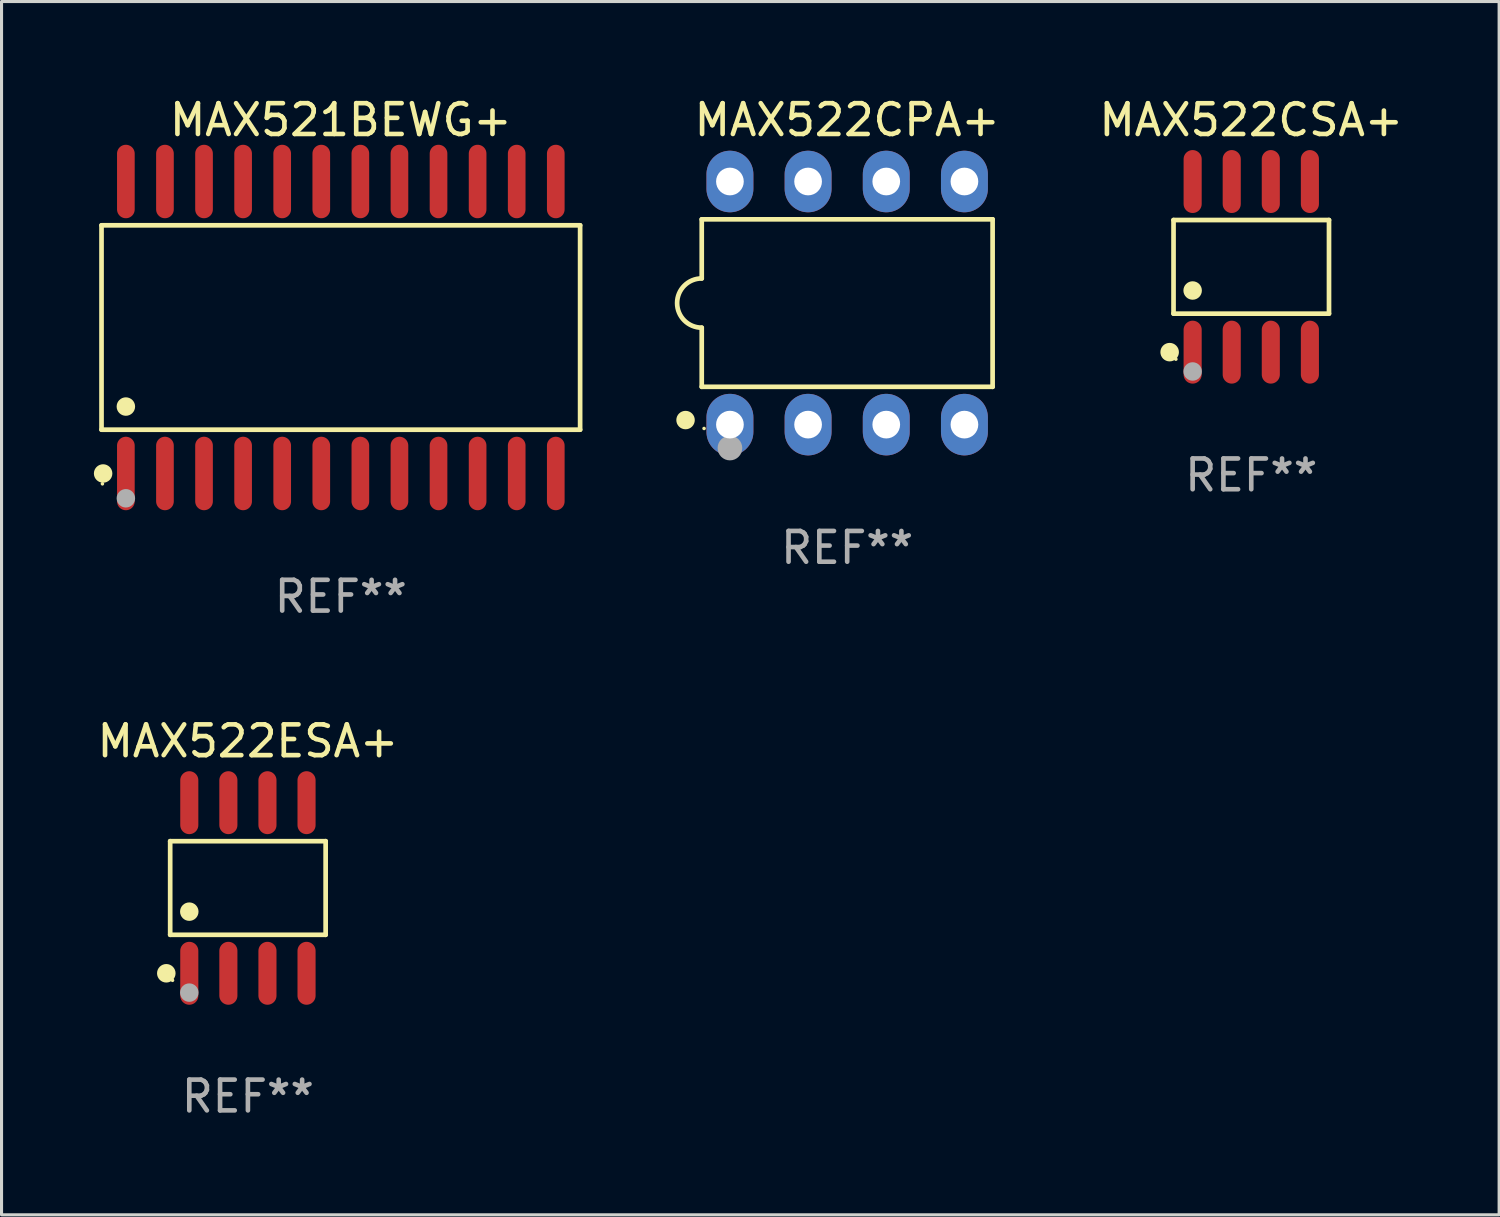
<source format=kicad_pcb>
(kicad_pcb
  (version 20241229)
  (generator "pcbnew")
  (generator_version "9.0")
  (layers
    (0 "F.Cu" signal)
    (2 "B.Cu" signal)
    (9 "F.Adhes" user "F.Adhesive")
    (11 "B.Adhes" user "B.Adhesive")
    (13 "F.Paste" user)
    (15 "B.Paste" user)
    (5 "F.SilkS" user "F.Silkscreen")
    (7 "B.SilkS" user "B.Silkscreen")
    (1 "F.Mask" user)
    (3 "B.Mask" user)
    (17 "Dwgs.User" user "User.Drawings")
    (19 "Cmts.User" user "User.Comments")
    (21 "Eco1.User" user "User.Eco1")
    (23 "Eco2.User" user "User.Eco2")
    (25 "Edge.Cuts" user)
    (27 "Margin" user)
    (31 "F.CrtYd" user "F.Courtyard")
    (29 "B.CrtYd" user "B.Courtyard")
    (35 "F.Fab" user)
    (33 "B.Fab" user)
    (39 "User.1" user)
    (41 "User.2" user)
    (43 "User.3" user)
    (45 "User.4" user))
  (footprint "MAX521BEWG+"
    (layer "F.Cu")
    (at 8.025 7.592)
    (property "Reference" "MAX521BEWG+" (at 0 -6.744 0) (layer "F.SilkS") (effects (font (size 1 1) (thickness 0.15))))
    (attr through_hole)
    (fp_line (start -7.776 -3.321) (end 7.776 -3.321) (stroke (width 0.152) (type solid)) (layer "F.SilkS"))
    (fp_line (start -7.776 3.321) (end -7.776 -3.321) (stroke (width 0.152) (type solid)) (layer "F.SilkS"))
    (fp_line (start 7.776 -3.321) (end 7.776 3.321) (stroke (width 0.152) (type solid)) (layer "F.SilkS"))
    (fp_line (start 7.776 3.321) (end -7.776 3.321) (stroke (width 0.152) (type solid)) (layer "F.SilkS"))
    (fp_circle (center -7.747 5.08) (end -7.717 5.08) (stroke (width 0.06) (type solid)) (fill no) (layer "F.SilkS"))
    (fp_circle (center -7.724 4.744) (end -7.574 4.744) (stroke (width 0.3) (type solid)) (fill no) (layer "F.SilkS"))
    (fp_circle (center -6.985 2.569) (end -6.835 2.569) (stroke (width 0.3) (type solid)) (fill no) (layer "F.SilkS"))
    (fp_circle (center -6.985 5.55) (end -6.835 5.55) (stroke (width 0.3) (type solid)) (fill no) (layer "F.Fab"))
    (fp_text user "REF**" (at 0 8.744 0) (layer "F.Fab") (effects (font (size 1 1) (thickness 0.15))))
    (pad "1" smd oval (at -6.985 4.744) (size 0.574 2.388) (layers "F.Cu" "F.Mask" "F.Paste"))
    (pad "2" smd oval (at -5.715 4.744) (size 0.574 2.388) (layers "F.Cu" "F.Mask" "F.Paste"))
    (pad "3" smd oval (at -4.445 4.744) (size 0.574 2.388) (layers "F.Cu" "F.Mask" "F.Paste"))
    (pad "4" smd oval (at -3.175 4.744) (size 0.574 2.388) (layers "F.Cu" "F.Mask" "F.Paste"))
    (pad "5" smd oval (at -1.905 4.744) (size 0.574 2.388) (layers "F.Cu" "F.Mask" "F.Paste"))
    (pad "6" smd oval (at -0.635 4.744) (size 0.574 2.388) (layers "F.Cu" "F.Mask" "F.Paste"))
    (pad "7" smd oval (at 0.635 4.744) (size 0.574 2.388) (layers "F.Cu" "F.Mask" "F.Paste"))
    (pad "8" smd oval (at 1.905 4.744) (size 0.574 2.388) (layers "F.Cu" "F.Mask" "F.Paste"))
    (pad "9" smd oval (at 3.175 4.744) (size 0.574 2.388) (layers "F.Cu" "F.Mask" "F.Paste"))
    (pad "10" smd oval (at 4.445 4.744) (size 0.574 2.388) (layers "F.Cu" "F.Mask" "F.Paste"))
    (pad "11" smd oval (at 5.715 4.744) (size 0.574 2.388) (layers "F.Cu" "F.Mask" "F.Paste"))
    (pad "12" smd oval (at 6.985 4.744) (size 0.574 2.388) (layers "F.Cu" "F.Mask" "F.Paste"))
    (pad "13" smd oval (at 6.985 -4.744) (size 0.574 2.388) (layers "F.Cu" "F.Mask" "F.Paste"))
    (pad "14" smd oval (at 5.715 -4.744) (size 0.574 2.388) (layers "F.Cu" "F.Mask" "F.Paste"))
    (pad "15" smd oval (at 4.445 -4.744) (size 0.574 2.388) (layers "F.Cu" "F.Mask" "F.Paste"))
    (pad "16" smd oval (at 3.175 -4.744) (size 0.574 2.388) (layers "F.Cu" "F.Mask" "F.Paste"))
    (pad "17" smd oval (at 1.905 -4.744) (size 0.574 2.388) (layers "F.Cu" "F.Mask" "F.Paste"))
    (pad "18" smd oval (at 0.635 -4.744) (size 0.574 2.388) (layers "F.Cu" "F.Mask" "F.Paste"))
    (pad "19" smd oval (at -0.635 -4.744) (size 0.574 2.388) (layers "F.Cu" "F.Mask" "F.Paste"))
    (pad "20" smd oval (at -1.905 -4.744) (size 0.574 2.388) (layers "F.Cu" "F.Mask" "F.Paste"))
    (pad "21" smd oval (at -3.175 -4.744) (size 0.574 2.388) (layers "F.Cu" "F.Mask" "F.Paste"))
    (pad "22" smd oval (at -4.445 -4.744) (size 0.574 2.388) (layers "F.Cu" "F.Mask" "F.Paste"))
    (pad "23" smd oval (at -5.715 -4.744) (size 0.574 2.388) (layers "F.Cu" "F.Mask" "F.Paste"))
    (pad "24" smd oval (at -6.985 -4.744) (size 0.574 2.388) (layers "F.Cu" "F.Mask" "F.Paste")))
  (footprint "MAX522CSA+"
    (layer "F.Cu")
    (at 37.61 5.621)
    (property "Reference" "MAX522CSA+" (at 0 -4.772 0) (layer "F.SilkS") (effects (font (size 1 1) (thickness 0.15))))
    (attr through_hole)
    (fp_line (start -2.526 -1.521) (end 2.526 -1.521) (stroke (width 0.152) (type solid)) (layer "F.SilkS"))
    (fp_line (start -2.526 1.521) (end -2.526 -1.521) (stroke (width 0.152) (type solid)) (layer "F.SilkS"))
    (fp_line (start 2.526 -1.521) (end 2.526 1.521) (stroke (width 0.152) (type solid)) (layer "F.SilkS"))
    (fp_line (start 2.526 1.521) (end -2.526 1.521) (stroke (width 0.152) (type solid)) (layer "F.SilkS"))
    (fp_circle (center -2.652 2.772) (end -2.501 2.772) (stroke (width 0.3) (type solid)) (fill no) (layer "F.SilkS"))
    (fp_circle (center -2.45 3) (end -2.42 3) (stroke (width 0.06) (type solid)) (fill no) (layer "F.SilkS"))
    (fp_circle (center -1.905 0.769) (end -1.755 0.769) (stroke (width 0.3) (type solid)) (fill no) (layer "F.SilkS"))
    (fp_circle (center -1.905 3.4) (end -1.755 3.4) (stroke (width 0.3) (type solid)) (fill no) (layer "F.Fab"))
    (fp_text user "REF**" (at 0 6.772 0) (layer "F.Fab") (effects (font (size 1 1) (thickness 0.15))))
    (pad "1" smd oval (at -1.905 2.772) (size 0.588 2.045) (layers "F.Cu" "F.Mask" "F.Paste"))
    (pad "2" smd oval (at -0.635 2.772) (size 0.588 2.045) (layers "F.Cu" "F.Mask" "F.Paste"))
    (pad "3" smd oval (at 0.635 2.772) (size 0.588 2.045) (layers "F.Cu" "F.Mask" "F.Paste"))
    (pad "4" smd oval (at 1.905 2.772) (size 0.588 2.045) (layers "F.Cu" "F.Mask" "F.Paste"))
    (pad "5" smd oval (at 1.905 -2.772) (size 0.588 2.045) (layers "F.Cu" "F.Mask" "F.Paste"))
    (pad "6" smd oval (at 0.635 -2.772) (size 0.588 2.045) (layers "F.Cu" "F.Mask" "F.Paste"))
    (pad "7" smd oval (at -0.635 -2.772) (size 0.588 2.045) (layers "F.Cu" "F.Mask" "F.Paste"))
    (pad "8" smd oval (at -1.905 -2.772) (size 0.588 2.045) (layers "F.Cu" "F.Mask" "F.Paste")))
  (footprint "MAX522ESA+"
    (layer "F.Cu")
    (at 5.006 25.805)
    (property "Reference" "MAX522ESA+" (at 0 -4.772 0) (layer "F.SilkS") (effects (font (size 1 1) (thickness 0.15))))
    (attr through_hole)
    (fp_line (start -2.526 -1.521) (end 2.526 -1.521) (stroke (width 0.152) (type solid)) (layer "F.SilkS"))
    (fp_line (start -2.526 1.521) (end -2.526 -1.521) (stroke (width 0.152) (type solid)) (layer "F.SilkS"))
    (fp_line (start 2.526 -1.521) (end 2.526 1.521) (stroke (width 0.152) (type solid)) (layer "F.SilkS"))
    (fp_line (start 2.526 1.521) (end -2.526 1.521) (stroke (width 0.152) (type solid)) (layer "F.SilkS"))
    (fp_circle (center -2.652 2.772) (end -2.501 2.772) (stroke (width 0.3) (type solid)) (fill no) (layer "F.SilkS"))
    (fp_circle (center -2.45 3) (end -2.42 3) (stroke (width 0.06) (type solid)) (fill no) (layer "F.SilkS"))
    (fp_circle (center -1.905 0.769) (end -1.755 0.769) (stroke (width 0.3) (type solid)) (fill no) (layer "F.SilkS"))
    (fp_circle (center -1.905 3.4) (end -1.755 3.4) (stroke (width 0.3) (type solid)) (fill no) (layer "F.Fab"))
    (fp_text user "REF**" (at 0 6.772 0) (layer "F.Fab") (effects (font (size 1 1) (thickness 0.15))))
    (pad "1" smd oval (at -1.905 2.772) (size 0.588 2.045) (layers "F.Cu" "F.Mask" "F.Paste"))
    (pad "2" smd oval (at -0.635 2.772) (size 0.588 2.045) (layers "F.Cu" "F.Mask" "F.Paste"))
    (pad "3" smd oval (at 0.635 2.772) (size 0.588 2.045) (layers "F.Cu" "F.Mask" "F.Paste"))
    (pad "4" smd oval (at 1.905 2.772) (size 0.588 2.045) (layers "F.Cu" "F.Mask" "F.Paste"))
    (pad "5" smd oval (at 1.905 -2.772) (size 0.588 2.045) (layers "F.Cu" "F.Mask" "F.Paste"))
    (pad "6" smd oval (at 0.635 -2.772) (size 0.588 2.045) (layers "F.Cu" "F.Mask" "F.Paste"))
    (pad "7" smd oval (at -0.635 -2.772) (size 0.588 2.045) (layers "F.Cu" "F.Mask" "F.Paste"))
    (pad "8" smd oval (at -1.905 -2.772) (size 0.588 2.045) (layers "F.Cu" "F.Mask" "F.Paste")))
  (footprint "MAX522CPA+"
    (layer "F.Cu")
    (at 24.479 6.798)
    (property "Reference" "MAX522CPA+" (at 0 -5.95 0) (layer "F.SilkS") (effects (font (size 1 1) (thickness 0.15))))
    (attr through_hole)
    (fp_line (start -4.726 -2.721) (end -4.726 -0.8) (stroke (width 0.152) (type solid)) (layer "F.SilkS"))
    (fp_line (start -4.726 0.8) (end -4.726 2.721) (stroke (width 0.152) (type solid)) (layer "F.SilkS"))
    (fp_line (start -4.726 2.721) (end 4.726 2.721) (stroke (width 0.152) (type solid)) (layer "F.SilkS"))
    (fp_line (start 4.726 -2.721) (end -4.726 -2.721) (stroke (width 0.152) (type solid)) (layer "F.SilkS"))
    (fp_line (start 4.726 2.721) (end 4.726 -2.721) (stroke (width 0.152) (type solid)) (layer "F.SilkS"))
    (fp_arc (start -4.726213 0.8) (mid -5.526213 0) (end -4.726213 -0.8) (stroke (width 0.1524) (type solid)) (layer "F.SilkS"))
    (fp_circle (center -5.252 3.802) (end -5.102 3.802) (stroke (width 0.3) (type solid)) (fill no) (layer "F.SilkS"))
    (fp_circle (center -4.65 4.075) (end -4.62 4.075) (stroke (width 0.06) (type solid)) (fill no) (layer "F.SilkS"))
    (fp_circle (center -3.81 4.712) (end -3.61 4.712) (stroke (width 0.4) (type solid)) (fill no) (layer "F.Fab"))
    (fp_text user "REF**" (at 0 7.95 0) (layer "F.Fab") (effects (font (size 1 1) (thickness 0.15))))
    (pad "1" thru_hole oval (at -3.81 3.95) (size 1.524 2) (drill 0.9) (layers "*.Cu" "*.Mask"))
    (pad "2" thru_hole oval (at -1.27 3.95) (size 1.524 2) (drill 0.9) (layers "*.Cu" "*.Mask"))
    (pad "3" thru_hole oval (at 1.27 3.95) (size 1.524 2) (drill 0.9) (layers "*.Cu" "*.Mask"))
    (pad "4" thru_hole oval (at 3.81 3.95) (size 1.524 2) (drill 0.9) (layers "*.Cu" "*.Mask"))
    (pad "5" thru_hole oval (at 3.81 -3.95) (size 1.524 2) (drill 0.9) (layers "*.Cu" "*.Mask"))
    (pad "6" thru_hole oval (at 1.27 -3.95) (size 1.524 2) (drill 0.9) (layers "*.Cu" "*.Mask"))
    (pad "7" thru_hole oval (at -1.27 -3.95) (size 1.524 2) (drill 0.9) (layers "*.Cu" "*.Mask"))
    (pad "8" thru_hole oval (at -3.81 -3.95) (size 1.524 2) (drill 0.9) (layers "*.Cu" "*.Mask")))
  (gr_rect
    (start -3 -3)
    (end 45.664 36.426)
    (stroke (width 0.1) (type default))
    (fill no)
    (layer "Edge.Cuts")))
</source>
